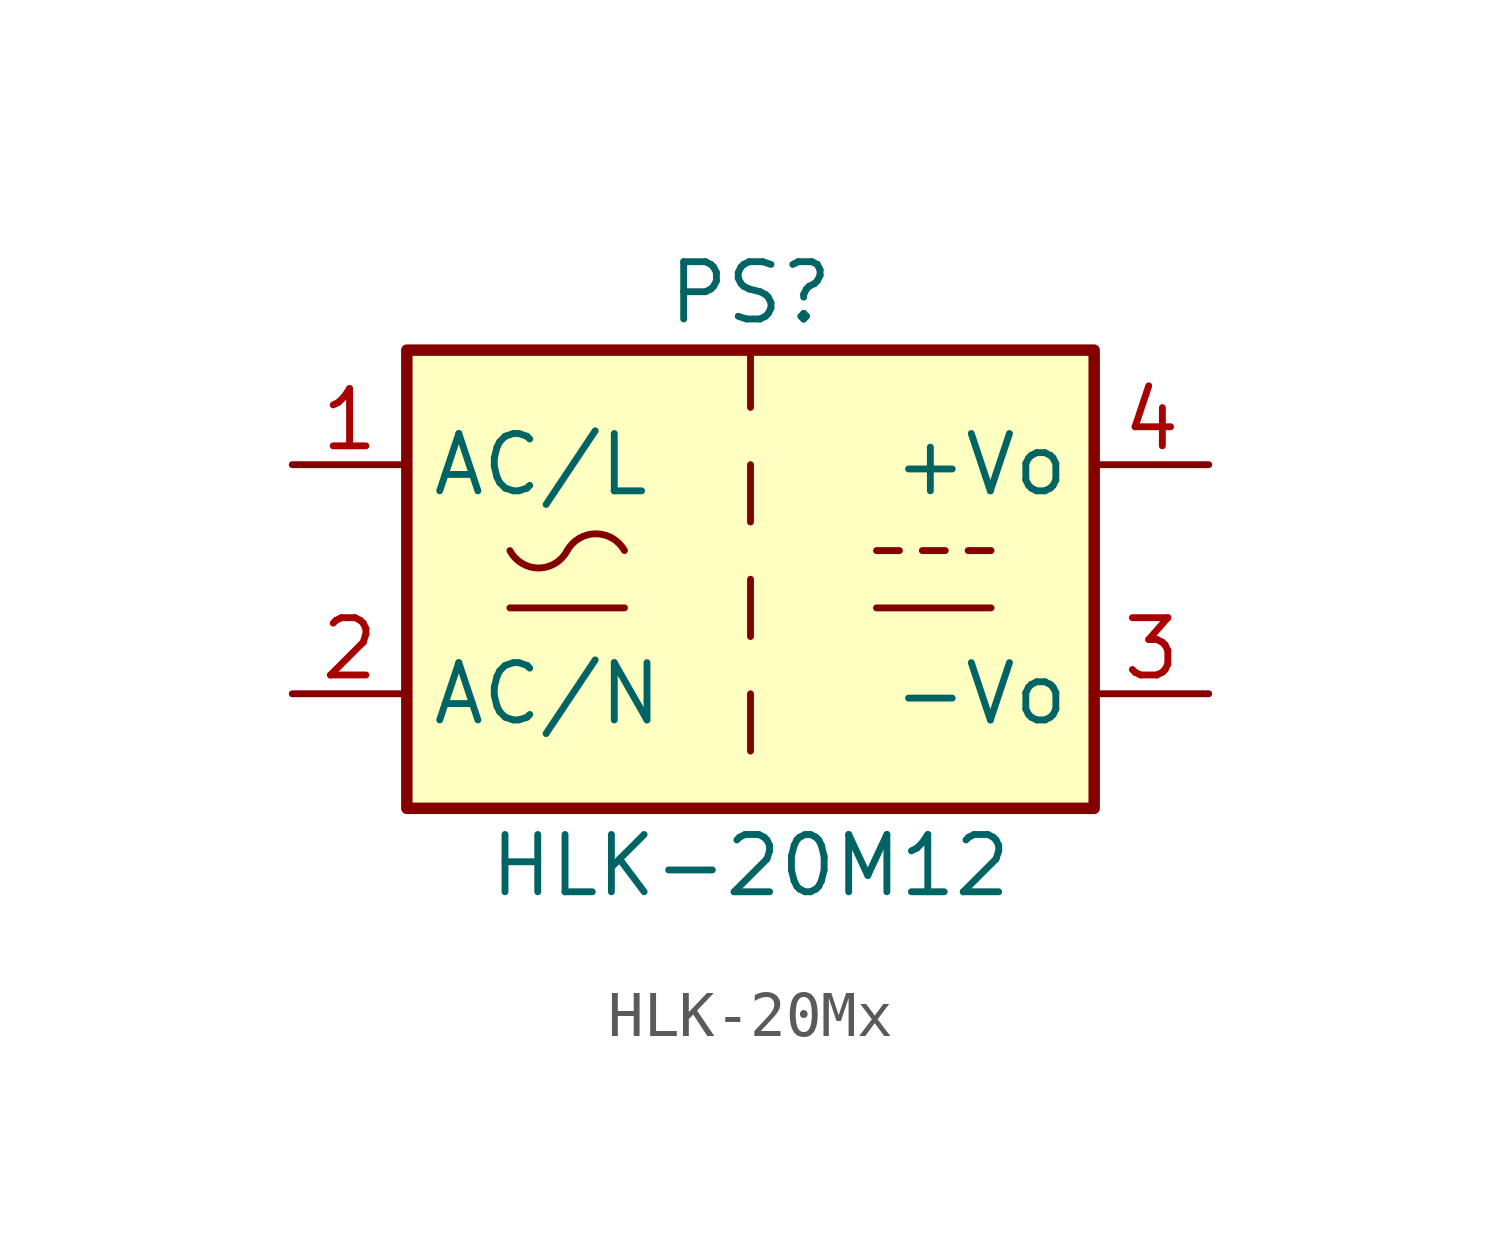
<source format=kicad_sym>
(kicad_symbol_lib
  (version 20220914)
  (generator kicad_symbol_editor)
  (symbol "HLK-20Mx"
    (property "Reference" "PS"
      (at 0 6.35 0)
      (effects (font (size 1.27 1.27))))
    (property "Value" "HLK-20M12"
      (at 0 -6.35 0)
      (effects (font (size 1.27 1.27))))
    (symbol "HLK-20Mx_0_1"
      (rectangle (start -7.62 5.08) (end 7.62 -5.08) (stroke (width 0.254) (type default)) (fill (type background)))
      (arc (start -5.334 0.635) (mid -4.699 0.2495) (end -4.064 0.635) (stroke (width 0) (type default)) (fill (type none)))
      (arc (start -2.794 0.635) (mid -3.429 1.0072) (end -4.064 0.635) (stroke (width 0) (type default)) (fill (type none)))
      (polyline (pts (xy -5.334 -0.635) (xy -2.794 -0.635)) (stroke (width 0) (type default)) (fill (type none)))
      (polyline (pts (xy 0 -2.54) (xy 0 -3.81)) (stroke (width 0) (type default)) (fill (type none)))
      (polyline (pts (xy 0 0) (xy 0 -1.27)) (stroke (width 0) (type default)) (fill (type none)))
      (polyline (pts (xy 0 2.54) (xy 0 1.27)) (stroke (width 0) (type default)) (fill (type none)))
      (polyline (pts (xy 0 5.08) (xy 0 3.81)) (stroke (width 0) (type default)) (fill (type none)))
      (polyline (pts (xy 2.794 -0.635) (xy 5.334 -0.635)) (stroke (width 0) (type default)) (fill (type none)))
      (polyline (pts (xy 2.794 0.635) (xy 3.302 0.635)) (stroke (width 0) (type default)) (fill (type none)))
      (polyline (pts (xy 3.81 0.635) (xy 4.318 0.635)) (stroke (width 0) (type default)) (fill (type none)))
      (polyline (pts (xy 4.826 0.635) (xy 5.334 0.635)) (stroke (width 0) (type default)) (fill (type none))))
    (symbol "HLK-20Mx_1_1"
      (pin power_in line (at -10.16 2.54 0) (length 2.54) (name "AC/L" (effects (font (size 1.27 1.27)))) (number "1" (effects (font (size 1.27 1.27)))))
      (pin power_in line (at -10.16 -2.54 0) (length 2.54) (name "AC/N" (effects (font (size 1.27 1.27)))) (number "2" (effects (font (size 1.27 1.27)))))
      (pin power_out line (at 10.16 -2.54 180) (length 2.54) (name "-Vo" (effects (font (size 1.27 1.27)))) (number "3" (effects (font (size 1.27 1.27)))))
      (pin power_out line (at 10.16 2.54 180) (length 2.54) (name "+Vo" (effects (font (size 1.27 1.27)))) (number "4" (effects (font (size 1.27 1.27))))))))
</source>
